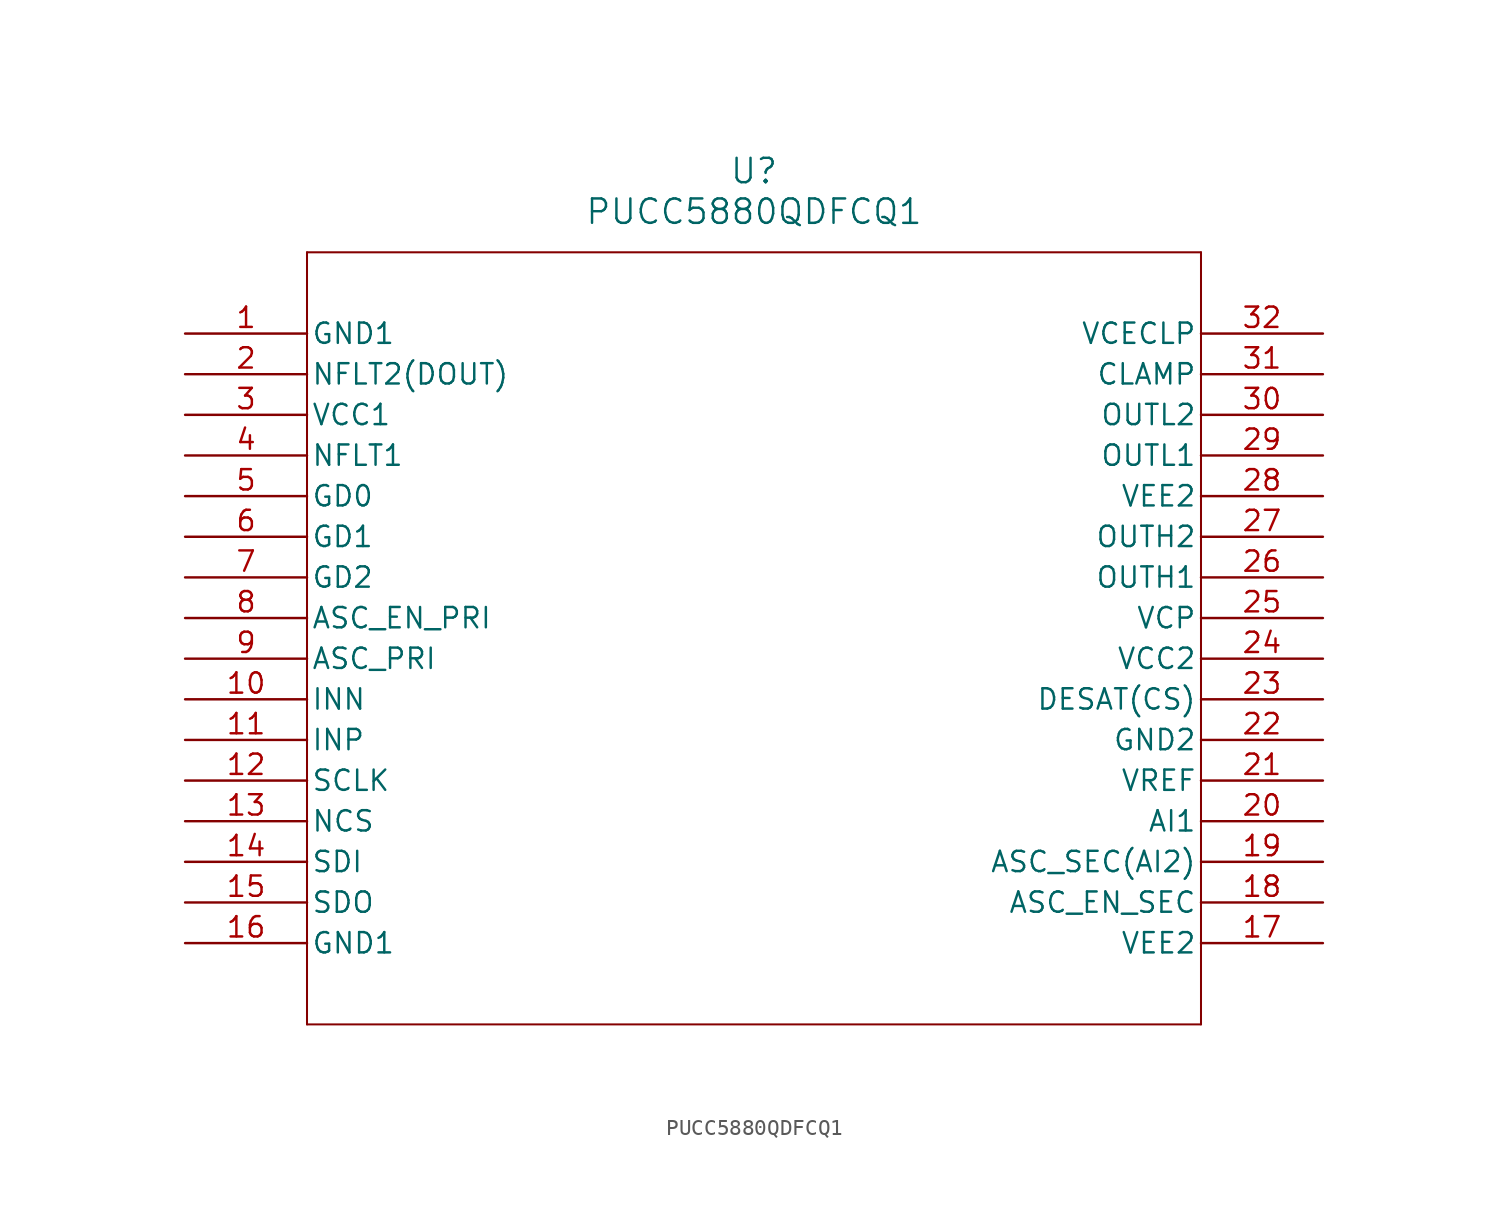
<source format=kicad_sym>
(kicad_symbol_lib
  (version 20211014)
  (generator kicad_symbol_editor)
  (symbol "PUCC5880QDFCQ1"
    (pin_names
      (offset 0.254))
    (property "Reference" "U"
      (at 35.56 10.16 0)
      (effects (font (size 1.524 1.524))))
    (property "Value" "PUCC5880QDFCQ1"
      (at 35.56 7.62 0)
      (effects (font (size 1.524 1.524))))
    (symbol "PUCC5880QDFCQ1_0_1"
      (polyline (pts (xy 7.62 5.08) (xy 7.62 -43.18)) (stroke (width 0.127) (type default) (color 0 0 0 0)) (fill (type none)))
      (polyline (pts (xy 7.62 -43.18) (xy 63.5 -43.18)) (stroke (width 0.127) (type default) (color 0 0 0 0)) (fill (type none)))
      (polyline (pts (xy 63.5 -43.18) (xy 63.5 5.08)) (stroke (width 0.127) (type default) (color 0 0 0 0)) (fill (type none)))
      (polyline (pts (xy 63.5 5.08) (xy 7.62 5.08)) (stroke (width 0.127) (type default) (color 0 0 0 0)) (fill (type none)))
      (pin power_out line (at 0 0 0) (length 7.62) (name "GND1" (effects (font (size 1.27 1.27)))) (number "1" (effects (font (size 1.27 1.27)))))
      (pin output line (at 0 -2.54 0) (length 7.62) (name "NFLT2(DOUT)" (effects (font (size 1.27 1.27)))) (number "2" (effects (font (size 1.27 1.27)))))
      (pin power_in line (at 0 -5.08 0) (length 7.62) (name "VCC1" (effects (font (size 1.27 1.27)))) (number "3" (effects (font (size 1.27 1.27)))))
      (pin output line (at 0 -7.62 0) (length 7.62) (name "NFLT1" (effects (font (size 1.27 1.27)))) (number "4" (effects (font (size 1.27 1.27)))))
      (pin input line (at 0 -10.16 0) (length 7.62) (name "GD0" (effects (font (size 1.27 1.27)))) (number "5" (effects (font (size 1.27 1.27)))))
      (pin input line (at 0 -12.7 0) (length 7.62) (name "GD1" (effects (font (size 1.27 1.27)))) (number "6" (effects (font (size 1.27 1.27)))))
      (pin input line (at 0 -15.24 0) (length 7.62) (name "GD2" (effects (font (size 1.27 1.27)))) (number "7" (effects (font (size 1.27 1.27)))))
      (pin input line (at 0 -17.78 0) (length 7.62) (name "ASC_EN_PRI" (effects (font (size 1.27 1.27)))) (number "8" (effects (font (size 1.27 1.27)))))
      (pin input line (at 0 -20.32 0) (length 7.62) (name "ASC_PRI" (effects (font (size 1.27 1.27)))) (number "9" (effects (font (size 1.27 1.27)))))
      (pin input line (at 0 -22.86 0) (length 7.62) (name "INN" (effects (font (size 1.27 1.27)))) (number "10" (effects (font (size 1.27 1.27)))))
      (pin input line (at 0 -25.4 0) (length 7.62) (name "INP" (effects (font (size 1.27 1.27)))) (number "11" (effects (font (size 1.27 1.27)))))
      (pin input line (at 0 -27.94 0) (length 7.62) (name "SCLK" (effects (font (size 1.27 1.27)))) (number "12" (effects (font (size 1.27 1.27)))))
      (pin input line (at 0 -30.48 0) (length 7.62) (name "NCS" (effects (font (size 1.27 1.27)))) (number "13" (effects (font (size 1.27 1.27)))))
      (pin input line (at 0 -33.02 0) (length 7.62) (name "SDI" (effects (font (size 1.27 1.27)))) (number "14" (effects (font (size 1.27 1.27)))))
      (pin output line (at 0 -35.56 0) (length 7.62) (name "SDO" (effects (font (size 1.27 1.27)))) (number "15" (effects (font (size 1.27 1.27)))))
      (pin power_out line (at 0 -38.1 0) (length 7.62) (name "GND1" (effects (font (size 1.27 1.27)))) (number "16" (effects (font (size 1.27 1.27)))))
      (pin power_in line (at 71.12 -38.1 180) (length 7.62) (name "VEE2" (effects (font (size 1.27 1.27)))) (number "17" (effects (font (size 1.27 1.27)))))
      (pin input line (at 71.12 -35.56 180) (length 7.62) (name "ASC_EN_SEC" (effects (font (size 1.27 1.27)))) (number "18" (effects (font (size 1.27 1.27)))))
      (pin input line (at 71.12 -33.02 180) (length 7.62) (name "ASC_SEC(AI2)" (effects (font (size 1.27 1.27)))) (number "19" (effects (font (size 1.27 1.27)))))
      (pin input line (at 71.12 -30.48 180) (length 7.62) (name "AI1" (effects (font (size 1.27 1.27)))) (number "20" (effects (font (size 1.27 1.27)))))
      (pin power_in line (at 71.12 -27.94 180) (length 7.62) (name "VREF" (effects (font (size 1.27 1.27)))) (number "21" (effects (font (size 1.27 1.27)))))
      (pin power_out line (at 71.12 -25.4 180) (length 7.62) (name "GND2" (effects (font (size 1.27 1.27)))) (number "22" (effects (font (size 1.27 1.27)))))
      (pin power_in line (at 71.12 -22.86 180) (length 7.62) (name "DESAT(CS)" (effects (font (size 1.27 1.27)))) (number "23" (effects (font (size 1.27 1.27)))))
      (pin power_in line (at 71.12 -20.32 180) (length 7.62) (name "VCC2" (effects (font (size 1.27 1.27)))) (number "24" (effects (font (size 1.27 1.27)))))
      (pin power_in line (at 71.12 -17.78 180) (length 7.62) (name "VCP" (effects (font (size 1.27 1.27)))) (number "25" (effects (font (size 1.27 1.27)))))
      (pin output line (at 71.12 -15.24 180) (length 7.62) (name "OUTH1" (effects (font (size 1.27 1.27)))) (number "26" (effects (font (size 1.27 1.27)))))
      (pin output line (at 71.12 -12.7 180) (length 7.62) (name "OUTH2" (effects (font (size 1.27 1.27)))) (number "27" (effects (font (size 1.27 1.27)))))
      (pin power_in line (at 71.12 -10.16 180) (length 7.62) (name "VEE2" (effects (font (size 1.27 1.27)))) (number "28" (effects (font (size 1.27 1.27)))))
      (pin output line (at 71.12 -7.62 180) (length 7.62) (name "OUTL1" (effects (font (size 1.27 1.27)))) (number "29" (effects (font (size 1.27 1.27)))))
      (pin output line (at 71.12 -5.08 180) (length 7.62) (name "OUTL2" (effects (font (size 1.27 1.27)))) (number "30" (effects (font (size 1.27 1.27)))))
      (pin output line (at 71.12 -2.54 180) (length 7.62) (name "CLAMP" (effects (font (size 1.27 1.27)))) (number "31" (effects (font (size 1.27 1.27)))))
      (pin input line (at 71.12 0 180) (length 7.62) (name "VCECLP" (effects (font (size 1.27 1.27)))) (number "32" (effects (font (size 1.27 1.27))))))))
</source>
